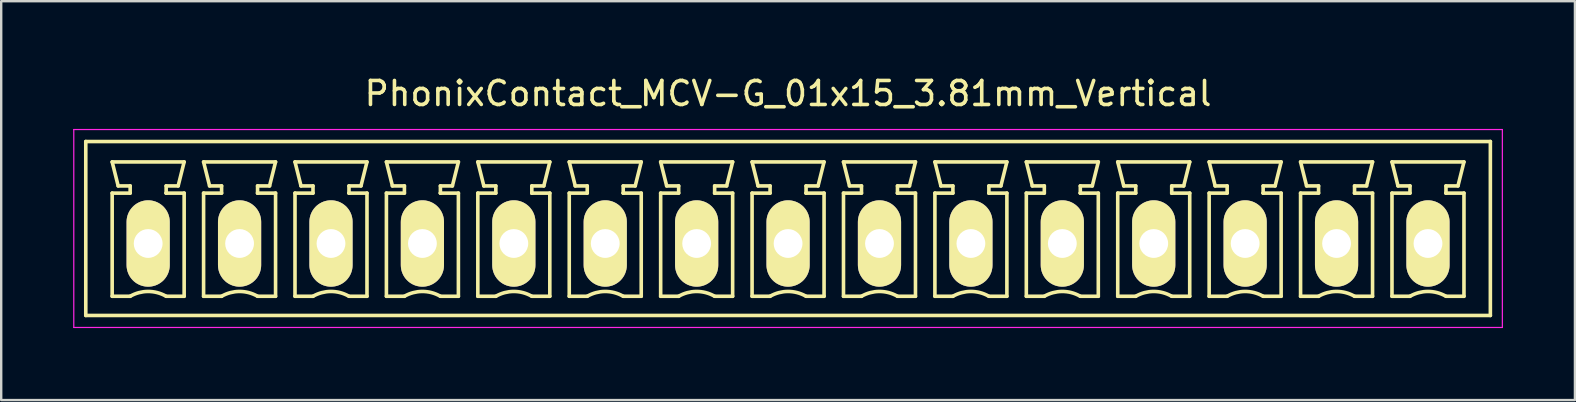
<source format=kicad_pcb>
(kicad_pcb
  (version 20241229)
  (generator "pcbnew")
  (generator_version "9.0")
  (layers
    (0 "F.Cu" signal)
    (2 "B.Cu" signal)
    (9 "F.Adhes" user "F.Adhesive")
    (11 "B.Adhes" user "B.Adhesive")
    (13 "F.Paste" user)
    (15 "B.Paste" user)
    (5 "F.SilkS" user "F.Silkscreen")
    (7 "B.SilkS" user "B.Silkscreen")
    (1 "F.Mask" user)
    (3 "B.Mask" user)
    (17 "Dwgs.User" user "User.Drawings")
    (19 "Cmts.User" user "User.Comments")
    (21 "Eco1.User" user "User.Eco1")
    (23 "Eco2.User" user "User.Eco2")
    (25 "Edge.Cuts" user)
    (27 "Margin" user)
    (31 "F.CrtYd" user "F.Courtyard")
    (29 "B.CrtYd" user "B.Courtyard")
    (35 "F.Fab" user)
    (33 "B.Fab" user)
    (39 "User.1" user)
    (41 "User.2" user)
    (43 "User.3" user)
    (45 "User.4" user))
  (footprint "PhonixContact_MCV-G_01x15_3.81mm_Vertical"
    (layer "F.Cu")
    (at 3.125 7.098)
    (property "Reference" "PhonixContact_MCV-G_01x15_3.81mm_Vertical" (at 26.67 -6.25 0) (layer "F.SilkS") (effects (font (size 1 1) (thickness 0.15))))
    (attr through_hole)
    (fp_line (start -2.6 -4.25) (end -2.6 3) (stroke (width 0.15) (type solid)) (layer "F.SilkS"))
    (fp_line (start -2.6 3) (end 55.94 3) (stroke (width 0.15) (type solid)) (layer "F.SilkS"))
    (fp_line (start -1.5 -3.4) (end 1.5 -3.4) (stroke (width 0.15) (type solid)) (layer "F.SilkS"))
    (fp_line (start -1.5 -2.1) (end -0.75 -2.1) (stroke (width 0.15) (type solid)) (layer "F.SilkS"))
    (fp_line (start -1.5 2.2) (end -1.5 -2.1) (stroke (width 0.15) (type solid)) (layer "F.SilkS"))
    (fp_line (start -1.25 -2.4) (end -1.5 -3.4) (stroke (width 0.15) (type solid)) (layer "F.SilkS"))
    (fp_line (start -0.75 -2.4) (end -1.25 -2.4) (stroke (width 0.15) (type solid)) (layer "F.SilkS"))
    (fp_line (start -0.75 -2.1) (end -0.75 -2.4) (stroke (width 0.15) (type solid)) (layer "F.SilkS"))
    (fp_line (start -0.75 2.2) (end -1.5 2.2) (stroke (width 0.15) (type solid)) (layer "F.SilkS"))
    (fp_line (start 0.75 -2.4) (end 0.75 -2.1) (stroke (width 0.15) (type solid)) (layer "F.SilkS"))
    (fp_line (start 0.75 -2.1) (end 0.75 -2.1) (stroke (width 0.15) (type solid)) (layer "F.SilkS"))
    (fp_line (start 0.75 -2.1) (end 1.5 -2.1) (stroke (width 0.15) (type solid)) (layer "F.SilkS"))
    (fp_line (start 1.25 -2.4) (end 0.75 -2.4) (stroke (width 0.15) (type solid)) (layer "F.SilkS"))
    (fp_line (start 1.5 -3.4) (end 1.25 -2.4) (stroke (width 0.15) (type solid)) (layer "F.SilkS"))
    (fp_line (start 1.5 -2.1) (end 1.5 2.2) (stroke (width 0.15) (type solid)) (layer "F.SilkS"))
    (fp_line (start 1.5 2.2) (end 0.75 2.2) (stroke (width 0.15) (type solid)) (layer "F.SilkS"))
    (fp_line (start 2.31 -3.4) (end 5.31 -3.4) (stroke (width 0.15) (type solid)) (layer "F.SilkS"))
    (fp_line (start 2.31 -2.1) (end 3.06 -2.1) (stroke (width 0.15) (type solid)) (layer "F.SilkS"))
    (fp_line (start 2.31 2.2) (end 2.31 -2.1) (stroke (width 0.15) (type solid)) (layer "F.SilkS"))
    (fp_line (start 2.56 -2.4) (end 2.31 -3.4) (stroke (width 0.15) (type solid)) (layer "F.SilkS"))
    (fp_line (start 3.06 -2.4) (end 2.56 -2.4) (stroke (width 0.15) (type solid)) (layer "F.SilkS"))
    (fp_line (start 3.06 -2.1) (end 3.06 -2.4) (stroke (width 0.15) (type solid)) (layer "F.SilkS"))
    (fp_line (start 3.06 2.2) (end 2.31 2.2) (stroke (width 0.15) (type solid)) (layer "F.SilkS"))
    (fp_line (start 4.56 -2.4) (end 4.56 -2.1) (stroke (width 0.15) (type solid)) (layer "F.SilkS"))
    (fp_line (start 4.56 -2.1) (end 4.56 -2.1) (stroke (width 0.15) (type solid)) (layer "F.SilkS"))
    (fp_line (start 4.56 -2.1) (end 5.31 -2.1) (stroke (width 0.15) (type solid)) (layer "F.SilkS"))
    (fp_line (start 5.06 -2.4) (end 4.56 -2.4) (stroke (width 0.15) (type solid)) (layer "F.SilkS"))
    (fp_line (start 5.31 -3.4) (end 5.06 -2.4) (stroke (width 0.15) (type solid)) (layer "F.SilkS"))
    (fp_line (start 5.31 -2.1) (end 5.31 2.2) (stroke (width 0.15) (type solid)) (layer "F.SilkS"))
    (fp_line (start 5.31 2.2) (end 4.56 2.2) (stroke (width 0.15) (type solid)) (layer "F.SilkS"))
    (fp_line (start 6.12 -3.4) (end 9.12 -3.4) (stroke (width 0.15) (type solid)) (layer "F.SilkS"))
    (fp_line (start 6.12 -2.1) (end 6.87 -2.1) (stroke (width 0.15) (type solid)) (layer "F.SilkS"))
    (fp_line (start 6.12 2.2) (end 6.12 -2.1) (stroke (width 0.15) (type solid)) (layer "F.SilkS"))
    (fp_line (start 6.37 -2.4) (end 6.12 -3.4) (stroke (width 0.15) (type solid)) (layer "F.SilkS"))
    (fp_line (start 6.87 -2.4) (end 6.37 -2.4) (stroke (width 0.15) (type solid)) (layer "F.SilkS"))
    (fp_line (start 6.87 -2.1) (end 6.87 -2.4) (stroke (width 0.15) (type solid)) (layer "F.SilkS"))
    (fp_line (start 6.87 2.2) (end 6.12 2.2) (stroke (width 0.15) (type solid)) (layer "F.SilkS"))
    (fp_line (start 8.37 -2.4) (end 8.37 -2.1) (stroke (width 0.15) (type solid)) (layer "F.SilkS"))
    (fp_line (start 8.37 -2.1) (end 8.37 -2.1) (stroke (width 0.15) (type solid)) (layer "F.SilkS"))
    (fp_line (start 8.37 -2.1) (end 9.12 -2.1) (stroke (width 0.15) (type solid)) (layer "F.SilkS"))
    (fp_line (start 8.87 -2.4) (end 8.37 -2.4) (stroke (width 0.15) (type solid)) (layer "F.SilkS"))
    (fp_line (start 9.12 -3.4) (end 8.87 -2.4) (stroke (width 0.15) (type solid)) (layer "F.SilkS"))
    (fp_line (start 9.12 -2.1) (end 9.12 2.2) (stroke (width 0.15) (type solid)) (layer "F.SilkS"))
    (fp_line (start 9.12 2.2) (end 8.37 2.2) (stroke (width 0.15) (type solid)) (layer "F.SilkS"))
    (fp_line (start 9.93 -3.4) (end 12.93 -3.4) (stroke (width 0.15) (type solid)) (layer "F.SilkS"))
    (fp_line (start 9.93 -2.1) (end 10.68 -2.1) (stroke (width 0.15) (type solid)) (layer "F.SilkS"))
    (fp_line (start 9.93 2.2) (end 9.93 -2.1) (stroke (width 0.15) (type solid)) (layer "F.SilkS"))
    (fp_line (start 10.18 -2.4) (end 9.93 -3.4) (stroke (width 0.15) (type solid)) (layer "F.SilkS"))
    (fp_line (start 10.68 -2.4) (end 10.18 -2.4) (stroke (width 0.15) (type solid)) (layer "F.SilkS"))
    (fp_line (start 10.68 -2.1) (end 10.68 -2.4) (stroke (width 0.15) (type solid)) (layer "F.SilkS"))
    (fp_line (start 10.68 2.2) (end 9.93 2.2) (stroke (width 0.15) (type solid)) (layer "F.SilkS"))
    (fp_line (start 12.18 -2.4) (end 12.18 -2.1) (stroke (width 0.15) (type solid)) (layer "F.SilkS"))
    (fp_line (start 12.18 -2.1) (end 12.18 -2.1) (stroke (width 0.15) (type solid)) (layer "F.SilkS"))
    (fp_line (start 12.18 -2.1) (end 12.93 -2.1) (stroke (width 0.15) (type solid)) (layer "F.SilkS"))
    (fp_line (start 12.68 -2.4) (end 12.18 -2.4) (stroke (width 0.15) (type solid)) (layer "F.SilkS"))
    (fp_line (start 12.93 -3.4) (end 12.68 -2.4) (stroke (width 0.15) (type solid)) (layer "F.SilkS"))
    (fp_line (start 12.93 -2.1) (end 12.93 2.2) (stroke (width 0.15) (type solid)) (layer "F.SilkS"))
    (fp_line (start 12.93 2.2) (end 12.18 2.2) (stroke (width 0.15) (type solid)) (layer "F.SilkS"))
    (fp_line (start 13.74 -3.4) (end 16.74 -3.4) (stroke (width 0.15) (type solid)) (layer "F.SilkS"))
    (fp_line (start 13.74 -2.1) (end 14.49 -2.1) (stroke (width 0.15) (type solid)) (layer "F.SilkS"))
    (fp_line (start 13.74 2.2) (end 13.74 -2.1) (stroke (width 0.15) (type solid)) (layer "F.SilkS"))
    (fp_line (start 13.99 -2.4) (end 13.74 -3.4) (stroke (width 0.15) (type solid)) (layer "F.SilkS"))
    (fp_line (start 14.49 -2.4) (end 13.99 -2.4) (stroke (width 0.15) (type solid)) (layer "F.SilkS"))
    (fp_line (start 14.49 -2.1) (end 14.49 -2.4) (stroke (width 0.15) (type solid)) (layer "F.SilkS"))
    (fp_line (start 14.49 2.2) (end 13.74 2.2) (stroke (width 0.15) (type solid)) (layer "F.SilkS"))
    (fp_line (start 15.99 -2.4) (end 15.99 -2.1) (stroke (width 0.15) (type solid)) (layer "F.SilkS"))
    (fp_line (start 15.99 -2.1) (end 15.99 -2.1) (stroke (width 0.15) (type solid)) (layer "F.SilkS"))
    (fp_line (start 15.99 -2.1) (end 16.74 -2.1) (stroke (width 0.15) (type solid)) (layer "F.SilkS"))
    (fp_line (start 16.49 -2.4) (end 15.99 -2.4) (stroke (width 0.15) (type solid)) (layer "F.SilkS"))
    (fp_line (start 16.74 -3.4) (end 16.49 -2.4) (stroke (width 0.15) (type solid)) (layer "F.SilkS"))
    (fp_line (start 16.74 -2.1) (end 16.74 2.2) (stroke (width 0.15) (type solid)) (layer "F.SilkS"))
    (fp_line (start 16.74 2.2) (end 15.99 2.2) (stroke (width 0.15) (type solid)) (layer "F.SilkS"))
    (fp_line (start 17.55 -3.4) (end 20.55 -3.4) (stroke (width 0.15) (type solid)) (layer "F.SilkS"))
    (fp_line (start 17.55 -2.1) (end 18.3 -2.1) (stroke (width 0.15) (type solid)) (layer "F.SilkS"))
    (fp_line (start 17.55 2.2) (end 17.55 -2.1) (stroke (width 0.15) (type solid)) (layer "F.SilkS"))
    (fp_line (start 17.8 -2.4) (end 17.55 -3.4) (stroke (width 0.15) (type solid)) (layer "F.SilkS"))
    (fp_line (start 18.3 -2.4) (end 17.8 -2.4) (stroke (width 0.15) (type solid)) (layer "F.SilkS"))
    (fp_line (start 18.3 -2.1) (end 18.3 -2.4) (stroke (width 0.15) (type solid)) (layer "F.SilkS"))
    (fp_line (start 18.3 2.2) (end 17.55 2.2) (stroke (width 0.15) (type solid)) (layer "F.SilkS"))
    (fp_line (start 19.8 -2.4) (end 19.8 -2.1) (stroke (width 0.15) (type solid)) (layer "F.SilkS"))
    (fp_line (start 19.8 -2.1) (end 19.8 -2.1) (stroke (width 0.15) (type solid)) (layer "F.SilkS"))
    (fp_line (start 19.8 -2.1) (end 20.55 -2.1) (stroke (width 0.15) (type solid)) (layer "F.SilkS"))
    (fp_line (start 20.3 -2.4) (end 19.8 -2.4) (stroke (width 0.15) (type solid)) (layer "F.SilkS"))
    (fp_line (start 20.55 -3.4) (end 20.3 -2.4) (stroke (width 0.15) (type solid)) (layer "F.SilkS"))
    (fp_line (start 20.55 -2.1) (end 20.55 2.2) (stroke (width 0.15) (type solid)) (layer "F.SilkS"))
    (fp_line (start 20.55 2.2) (end 19.8 2.2) (stroke (width 0.15) (type solid)) (layer "F.SilkS"))
    (fp_line (start 21.36 -3.4) (end 24.36 -3.4) (stroke (width 0.15) (type solid)) (layer "F.SilkS"))
    (fp_line (start 21.36 -2.1) (end 22.11 -2.1) (stroke (width 0.15) (type solid)) (layer "F.SilkS"))
    (fp_line (start 21.36 2.2) (end 21.36 -2.1) (stroke (width 0.15) (type solid)) (layer "F.SilkS"))
    (fp_line (start 21.61 -2.4) (end 21.36 -3.4) (stroke (width 0.15) (type solid)) (layer "F.SilkS"))
    (fp_line (start 22.11 -2.4) (end 21.61 -2.4) (stroke (width 0.15) (type solid)) (layer "F.SilkS"))
    (fp_line (start 22.11 -2.1) (end 22.11 -2.4) (stroke (width 0.15) (type solid)) (layer "F.SilkS"))
    (fp_line (start 22.11 2.2) (end 21.36 2.2) (stroke (width 0.15) (type solid)) (layer "F.SilkS"))
    (fp_line (start 23.61 -2.4) (end 23.61 -2.1) (stroke (width 0.15) (type solid)) (layer "F.SilkS"))
    (fp_line (start 23.61 -2.1) (end 23.61 -2.1) (stroke (width 0.15) (type solid)) (layer "F.SilkS"))
    (fp_line (start 23.61 -2.1) (end 24.36 -2.1) (stroke (width 0.15) (type solid)) (layer "F.SilkS"))
    (fp_line (start 24.11 -2.4) (end 23.61 -2.4) (stroke (width 0.15) (type solid)) (layer "F.SilkS"))
    (fp_line (start 24.36 -3.4) (end 24.11 -2.4) (stroke (width 0.15) (type solid)) (layer "F.SilkS"))
    (fp_line (start 24.36 -2.1) (end 24.36 2.2) (stroke (width 0.15) (type solid)) (layer "F.SilkS"))
    (fp_line (start 24.36 2.2) (end 23.61 2.2) (stroke (width 0.15) (type solid)) (layer "F.SilkS"))
    (fp_line (start 25.17 -3.4) (end 28.17 -3.4) (stroke (width 0.15) (type solid)) (layer "F.SilkS"))
    (fp_line (start 25.17 -2.1) (end 25.92 -2.1) (stroke (width 0.15) (type solid)) (layer "F.SilkS"))
    (fp_line (start 25.17 2.2) (end 25.17 -2.1) (stroke (width 0.15) (type solid)) (layer "F.SilkS"))
    (fp_line (start 25.42 -2.4) (end 25.17 -3.4) (stroke (width 0.15) (type solid)) (layer "F.SilkS"))
    (fp_line (start 25.92 -2.4) (end 25.42 -2.4) (stroke (width 0.15) (type solid)) (layer "F.SilkS"))
    (fp_line (start 25.92 -2.1) (end 25.92 -2.4) (stroke (width 0.15) (type solid)) (layer "F.SilkS"))
    (fp_line (start 25.92 2.2) (end 25.17 2.2) (stroke (width 0.15) (type solid)) (layer "F.SilkS"))
    (fp_line (start 27.42 -2.4) (end 27.42 -2.1) (stroke (width 0.15) (type solid)) (layer "F.SilkS"))
    (fp_line (start 27.42 -2.1) (end 27.42 -2.1) (stroke (width 0.15) (type solid)) (layer "F.SilkS"))
    (fp_line (start 27.42 -2.1) (end 28.17 -2.1) (stroke (width 0.15) (type solid)) (layer "F.SilkS"))
    (fp_line (start 27.92 -2.4) (end 27.42 -2.4) (stroke (width 0.15) (type solid)) (layer "F.SilkS"))
    (fp_line (start 28.17 -3.4) (end 27.92 -2.4) (stroke (width 0.15) (type solid)) (layer "F.SilkS"))
    (fp_line (start 28.17 -2.1) (end 28.17 2.2) (stroke (width 0.15) (type solid)) (layer "F.SilkS"))
    (fp_line (start 28.17 2.2) (end 27.42 2.2) (stroke (width 0.15) (type solid)) (layer "F.SilkS"))
    (fp_line (start 28.98 -3.4) (end 31.98 -3.4) (stroke (width 0.15) (type solid)) (layer "F.SilkS"))
    (fp_line (start 28.98 -2.1) (end 29.73 -2.1) (stroke (width 0.15) (type solid)) (layer "F.SilkS"))
    (fp_line (start 28.98 2.2) (end 28.98 -2.1) (stroke (width 0.15) (type solid)) (layer "F.SilkS"))
    (fp_line (start 29.23 -2.4) (end 28.98 -3.4) (stroke (width 0.15) (type solid)) (layer "F.SilkS"))
    (fp_line (start 29.73 -2.4) (end 29.23 -2.4) (stroke (width 0.15) (type solid)) (layer "F.SilkS"))
    (fp_line (start 29.73 -2.1) (end 29.73 -2.4) (stroke (width 0.15) (type solid)) (layer "F.SilkS"))
    (fp_line (start 29.73 2.2) (end 28.98 2.2) (stroke (width 0.15) (type solid)) (layer "F.SilkS"))
    (fp_line (start 31.23 -2.4) (end 31.23 -2.1) (stroke (width 0.15) (type solid)) (layer "F.SilkS"))
    (fp_line (start 31.23 -2.1) (end 31.23 -2.1) (stroke (width 0.15) (type solid)) (layer "F.SilkS"))
    (fp_line (start 31.23 -2.1) (end 31.98 -2.1) (stroke (width 0.15) (type solid)) (layer "F.SilkS"))
    (fp_line (start 31.73 -2.4) (end 31.23 -2.4) (stroke (width 0.15) (type solid)) (layer "F.SilkS"))
    (fp_line (start 31.98 -3.4) (end 31.73 -2.4) (stroke (width 0.15) (type solid)) (layer "F.SilkS"))
    (fp_line (start 31.98 -2.1) (end 31.98 2.2) (stroke (width 0.15) (type solid)) (layer "F.SilkS"))
    (fp_line (start 31.98 2.2) (end 31.23 2.2) (stroke (width 0.15) (type solid)) (layer "F.SilkS"))
    (fp_line (start 32.79 -3.4) (end 35.79 -3.4) (stroke (width 0.15) (type solid)) (layer "F.SilkS"))
    (fp_line (start 32.79 -2.1) (end 33.54 -2.1) (stroke (width 0.15) (type solid)) (layer "F.SilkS"))
    (fp_line (start 32.79 2.2) (end 32.79 -2.1) (stroke (width 0.15) (type solid)) (layer "F.SilkS"))
    (fp_line (start 33.04 -2.4) (end 32.79 -3.4) (stroke (width 0.15) (type solid)) (layer "F.SilkS"))
    (fp_line (start 33.54 -2.4) (end 33.04 -2.4) (stroke (width 0.15) (type solid)) (layer "F.SilkS"))
    (fp_line (start 33.54 -2.1) (end 33.54 -2.4) (stroke (width 0.15) (type solid)) (layer "F.SilkS"))
    (fp_line (start 33.54 2.2) (end 32.79 2.2) (stroke (width 0.15) (type solid)) (layer "F.SilkS"))
    (fp_line (start 35.04 -2.4) (end 35.04 -2.1) (stroke (width 0.15) (type solid)) (layer "F.SilkS"))
    (fp_line (start 35.04 -2.1) (end 35.04 -2.1) (stroke (width 0.15) (type solid)) (layer "F.SilkS"))
    (fp_line (start 35.04 -2.1) (end 35.79 -2.1) (stroke (width 0.15) (type solid)) (layer "F.SilkS"))
    (fp_line (start 35.54 -2.4) (end 35.04 -2.4) (stroke (width 0.15) (type solid)) (layer "F.SilkS"))
    (fp_line (start 35.79 -3.4) (end 35.54 -2.4) (stroke (width 0.15) (type solid)) (layer "F.SilkS"))
    (fp_line (start 35.79 -2.1) (end 35.79 2.2) (stroke (width 0.15) (type solid)) (layer "F.SilkS"))
    (fp_line (start 35.79 2.2) (end 35.04 2.2) (stroke (width 0.15) (type solid)) (layer "F.SilkS"))
    (fp_line (start 36.6 -3.4) (end 39.6 -3.4) (stroke (width 0.15) (type solid)) (layer "F.SilkS"))
    (fp_line (start 36.6 -2.1) (end 37.35 -2.1) (stroke (width 0.15) (type solid)) (layer "F.SilkS"))
    (fp_line (start 36.6 2.2) (end 36.6 -2.1) (stroke (width 0.15) (type solid)) (layer "F.SilkS"))
    (fp_line (start 36.85 -2.4) (end 36.6 -3.4) (stroke (width 0.15) (type solid)) (layer "F.SilkS"))
    (fp_line (start 37.35 -2.4) (end 36.85 -2.4) (stroke (width 0.15) (type solid)) (layer "F.SilkS"))
    (fp_line (start 37.35 -2.1) (end 37.35 -2.4) (stroke (width 0.15) (type solid)) (layer "F.SilkS"))
    (fp_line (start 37.35 2.2) (end 36.6 2.2) (stroke (width 0.15) (type solid)) (layer "F.SilkS"))
    (fp_line (start 38.85 -2.4) (end 38.85 -2.1) (stroke (width 0.15) (type solid)) (layer "F.SilkS"))
    (fp_line (start 38.85 -2.1) (end 38.85 -2.1) (stroke (width 0.15) (type solid)) (layer "F.SilkS"))
    (fp_line (start 38.85 -2.1) (end 39.6 -2.1) (stroke (width 0.15) (type solid)) (layer "F.SilkS"))
    (fp_line (start 39.35 -2.4) (end 38.85 -2.4) (stroke (width 0.15) (type solid)) (layer "F.SilkS"))
    (fp_line (start 39.6 -3.4) (end 39.35 -2.4) (stroke (width 0.15) (type solid)) (layer "F.SilkS"))
    (fp_line (start 39.6 -2.1) (end 39.6 2.2) (stroke (width 0.15) (type solid)) (layer "F.SilkS"))
    (fp_line (start 39.6 2.2) (end 38.85 2.2) (stroke (width 0.15) (type solid)) (layer "F.SilkS"))
    (fp_line (start 40.41 -3.4) (end 43.41 -3.4) (stroke (width 0.15) (type solid)) (layer "F.SilkS"))
    (fp_line (start 40.41 -2.1) (end 41.16 -2.1) (stroke (width 0.15) (type solid)) (layer "F.SilkS"))
    (fp_line (start 40.41 2.2) (end 40.41 -2.1) (stroke (width 0.15) (type solid)) (layer "F.SilkS"))
    (fp_line (start 40.66 -2.4) (end 40.41 -3.4) (stroke (width 0.15) (type solid)) (layer "F.SilkS"))
    (fp_line (start 41.16 -2.4) (end 40.66 -2.4) (stroke (width 0.15) (type solid)) (layer "F.SilkS"))
    (fp_line (start 41.16 -2.1) (end 41.16 -2.4) (stroke (width 0.15) (type solid)) (layer "F.SilkS"))
    (fp_line (start 41.16 2.2) (end 40.41 2.2) (stroke (width 0.15) (type solid)) (layer "F.SilkS"))
    (fp_line (start 42.66 -2.4) (end 42.66 -2.1) (stroke (width 0.15) (type solid)) (layer "F.SilkS"))
    (fp_line (start 42.66 -2.1) (end 42.66 -2.1) (stroke (width 0.15) (type solid)) (layer "F.SilkS"))
    (fp_line (start 42.66 -2.1) (end 43.41 -2.1) (stroke (width 0.15) (type solid)) (layer "F.SilkS"))
    (fp_line (start 43.16 -2.4) (end 42.66 -2.4) (stroke (width 0.15) (type solid)) (layer "F.SilkS"))
    (fp_line (start 43.41 -3.4) (end 43.16 -2.4) (stroke (width 0.15) (type solid)) (layer "F.SilkS"))
    (fp_line (start 43.41 -2.1) (end 43.41 2.2) (stroke (width 0.15) (type solid)) (layer "F.SilkS"))
    (fp_line (start 43.41 2.2) (end 42.66 2.2) (stroke (width 0.15) (type solid)) (layer "F.SilkS"))
    (fp_line (start 44.22 -3.4) (end 47.22 -3.4) (stroke (width 0.15) (type solid)) (layer "F.SilkS"))
    (fp_line (start 44.22 -2.1) (end 44.97 -2.1) (stroke (width 0.15) (type solid)) (layer "F.SilkS"))
    (fp_line (start 44.22 2.2) (end 44.22 -2.1) (stroke (width 0.15) (type solid)) (layer "F.SilkS"))
    (fp_line (start 44.47 -2.4) (end 44.22 -3.4) (stroke (width 0.15) (type solid)) (layer "F.SilkS"))
    (fp_line (start 44.97 -2.4) (end 44.47 -2.4) (stroke (width 0.15) (type solid)) (layer "F.SilkS"))
    (fp_line (start 44.97 -2.1) (end 44.97 -2.4) (stroke (width 0.15) (type solid)) (layer "F.SilkS"))
    (fp_line (start 44.97 2.2) (end 44.22 2.2) (stroke (width 0.15) (type solid)) (layer "F.SilkS"))
    (fp_line (start 46.47 -2.4) (end 46.47 -2.1) (stroke (width 0.15) (type solid)) (layer "F.SilkS"))
    (fp_line (start 46.47 -2.1) (end 46.47 -2.1) (stroke (width 0.15) (type solid)) (layer "F.SilkS"))
    (fp_line (start 46.47 -2.1) (end 47.22 -2.1) (stroke (width 0.15) (type solid)) (layer "F.SilkS"))
    (fp_line (start 46.97 -2.4) (end 46.47 -2.4) (stroke (width 0.15) (type solid)) (layer "F.SilkS"))
    (fp_line (start 47.22 -3.4) (end 46.97 -2.4) (stroke (width 0.15) (type solid)) (layer "F.SilkS"))
    (fp_line (start 47.22 -2.1) (end 47.22 2.2) (stroke (width 0.15) (type solid)) (layer "F.SilkS"))
    (fp_line (start 47.22 2.2) (end 46.47 2.2) (stroke (width 0.15) (type solid)) (layer "F.SilkS"))
    (fp_line (start 48.03 -3.4) (end 51.03 -3.4) (stroke (width 0.15) (type solid)) (layer "F.SilkS"))
    (fp_line (start 48.03 -2.1) (end 48.78 -2.1) (stroke (width 0.15) (type solid)) (layer "F.SilkS"))
    (fp_line (start 48.03 2.2) (end 48.03 -2.1) (stroke (width 0.15) (type solid)) (layer "F.SilkS"))
    (fp_line (start 48.28 -2.4) (end 48.03 -3.4) (stroke (width 0.15) (type solid)) (layer "F.SilkS"))
    (fp_line (start 48.78 -2.4) (end 48.28 -2.4) (stroke (width 0.15) (type solid)) (layer "F.SilkS"))
    (fp_line (start 48.78 -2.1) (end 48.78 -2.4) (stroke (width 0.15) (type solid)) (layer "F.SilkS"))
    (fp_line (start 48.78 2.2) (end 48.03 2.2) (stroke (width 0.15) (type solid)) (layer "F.SilkS"))
    (fp_line (start 50.28 -2.4) (end 50.28 -2.1) (stroke (width 0.15) (type solid)) (layer "F.SilkS"))
    (fp_line (start 50.28 -2.1) (end 50.28 -2.1) (stroke (width 0.15) (type solid)) (layer "F.SilkS"))
    (fp_line (start 50.28 -2.1) (end 51.03 -2.1) (stroke (width 0.15) (type solid)) (layer "F.SilkS"))
    (fp_line (start 50.78 -2.4) (end 50.28 -2.4) (stroke (width 0.15) (type solid)) (layer "F.SilkS"))
    (fp_line (start 51.03 -3.4) (end 50.78 -2.4) (stroke (width 0.15) (type solid)) (layer "F.SilkS"))
    (fp_line (start 51.03 -2.1) (end 51.03 2.2) (stroke (width 0.15) (type solid)) (layer "F.SilkS"))
    (fp_line (start 51.03 2.2) (end 50.28 2.2) (stroke (width 0.15) (type solid)) (layer "F.SilkS"))
    (fp_line (start 51.84 -3.4) (end 54.84 -3.4) (stroke (width 0.15) (type solid)) (layer "F.SilkS"))
    (fp_line (start 51.84 -2.1) (end 52.59 -2.1) (stroke (width 0.15) (type solid)) (layer "F.SilkS"))
    (fp_line (start 51.84 2.2) (end 51.84 -2.1) (stroke (width 0.15) (type solid)) (layer "F.SilkS"))
    (fp_line (start 52.09 -2.4) (end 51.84 -3.4) (stroke (width 0.15) (type solid)) (layer "F.SilkS"))
    (fp_line (start 52.59 -2.4) (end 52.09 -2.4) (stroke (width 0.15) (type solid)) (layer "F.SilkS"))
    (fp_line (start 52.59 -2.1) (end 52.59 -2.4) (stroke (width 0.15) (type solid)) (layer "F.SilkS"))
    (fp_line (start 52.59 2.2) (end 51.84 2.2) (stroke (width 0.15) (type solid)) (layer "F.SilkS"))
    (fp_line (start 54.09 -2.4) (end 54.09 -2.1) (stroke (width 0.15) (type solid)) (layer "F.SilkS"))
    (fp_line (start 54.09 -2.1) (end 54.09 -2.1) (stroke (width 0.15) (type solid)) (layer "F.SilkS"))
    (fp_line (start 54.09 -2.1) (end 54.84 -2.1) (stroke (width 0.15) (type solid)) (layer "F.SilkS"))
    (fp_line (start 54.59 -2.4) (end 54.09 -2.4) (stroke (width 0.15) (type solid)) (layer "F.SilkS"))
    (fp_line (start 54.84 -3.4) (end 54.59 -2.4) (stroke (width 0.15) (type solid)) (layer "F.SilkS"))
    (fp_line (start 54.84 -2.1) (end 54.84 2.2) (stroke (width 0.15) (type solid)) (layer "F.SilkS"))
    (fp_line (start 54.84 2.2) (end 54.09 2.2) (stroke (width 0.15) (type solid)) (layer "F.SilkS"))
    (fp_line (start 55.94 -4.25) (end -2.6 -4.25) (stroke (width 0.15) (type solid)) (layer "F.SilkS"))
    (fp_line (start 55.94 3) (end 55.94 -4.25) (stroke (width 0.15) (type solid)) (layer "F.SilkS"))
    (fp_arc (start -0.75 2.2) (mid -0.006068 1.999179) (end 0.739464 2.193978) (stroke (width 0.15) (type solid)) (layer "F.SilkS"))
    (fp_arc (start 3.06 2.2) (mid 3.803932 1.999179) (end 4.549464 2.193978) (stroke (width 0.15) (type solid)) (layer "F.SilkS"))
    (fp_arc (start 6.87 2.2) (mid 7.613932 1.999179) (end 8.359464 2.193978) (stroke (width 0.15) (type solid)) (layer "F.SilkS"))
    (fp_arc (start 10.68 2.2) (mid 11.423932 1.999179) (end 12.169464 2.193978) (stroke (width 0.15) (type solid)) (layer "F.SilkS"))
    (fp_arc (start 14.49 2.2) (mid 15.233932 1.999179) (end 15.979464 2.193978) (stroke (width 0.15) (type solid)) (layer "F.SilkS"))
    (fp_arc (start 18.3 2.2) (mid 19.043932 1.999179) (end 19.789464 2.193978) (stroke (width 0.15) (type solid)) (layer "F.SilkS"))
    (fp_arc (start 22.11 2.2) (mid 22.853932 1.999179) (end 23.599464 2.193978) (stroke (width 0.15) (type solid)) (layer "F.SilkS"))
    (fp_arc (start 25.92 2.2) (mid 26.663932 1.999179) (end 27.409464 2.193978) (stroke (width 0.15) (type solid)) (layer "F.SilkS"))
    (fp_arc (start 29.73 2.2) (mid 30.473932 1.999179) (end 31.219464 2.193978) (stroke (width 0.15) (type solid)) (layer "F.SilkS"))
    (fp_arc (start 33.54 2.2) (mid 34.283932 1.999179) (end 35.029464 2.193978) (stroke (width 0.15) (type solid)) (layer "F.SilkS"))
    (fp_arc (start 37.35 2.2) (mid 38.093932 1.999179) (end 38.839464 2.193978) (stroke (width 0.15) (type solid)) (layer "F.SilkS"))
    (fp_arc (start 41.16 2.2) (mid 41.903932 1.999179) (end 42.649464 2.193978) (stroke (width 0.15) (type solid)) (layer "F.SilkS"))
    (fp_arc (start 44.97 2.2) (mid 45.713932 1.999179) (end 46.459464 2.193978) (stroke (width 0.15) (type solid)) (layer "F.SilkS"))
    (fp_arc (start 48.78 2.2) (mid 49.523932 1.999179) (end 50.269464 2.193978) (stroke (width 0.15) (type solid)) (layer "F.SilkS"))
    (fp_arc (start 52.59 2.2) (mid 53.333932 1.999179) (end 54.079464 2.193978) (stroke (width 0.15) (type solid)) (layer "F.SilkS"))
    (fp_line (start -3.1 -4.75) (end -3.1 3.5) (stroke (width 0.05) (type solid)) (layer "F.CrtYd"))
    (fp_line (start -3.1 3.5) (end 56.44 3.5) (stroke (width 0.05) (type solid)) (layer "F.CrtYd"))
    (fp_line (start 56.44 -4.75) (end -3.1 -4.75) (stroke (width 0.05) (type solid)) (layer "F.CrtYd"))
    (fp_line (start 56.44 3.5) (end 56.44 -4.75) (stroke (width 0.05) (type solid)) (layer "F.CrtYd"))
    (pad "1" thru_hole oval (at 0 0) (size 1.8 3.6) (drill 1.2) (layers "*.Cu" "*.Mask" "F.SilkS"))
    (pad "2" thru_hole oval (at 3.81 0) (size 1.8 3.6) (drill 1.2) (layers "*.Cu" "*.Mask" "F.SilkS"))
    (pad "3" thru_hole oval (at 7.62 0) (size 1.8 3.6) (drill 1.2) (layers "*.Cu" "*.Mask" "F.SilkS"))
    (pad "4" thru_hole oval (at 11.43 0) (size 1.8 3.6) (drill 1.2) (layers "*.Cu" "*.Mask" "F.SilkS"))
    (pad "5" thru_hole oval (at 15.24 0) (size 1.8 3.6) (drill 1.2) (layers "*.Cu" "*.Mask" "F.SilkS"))
    (pad "6" thru_hole oval (at 19.05 0) (size 1.8 3.6) (drill 1.2) (layers "*.Cu" "*.Mask" "F.SilkS"))
    (pad "7" thru_hole oval (at 22.86 0) (size 1.8 3.6) (drill 1.2) (layers "*.Cu" "*.Mask" "F.SilkS"))
    (pad "8" thru_hole oval (at 26.67 0) (size 1.8 3.6) (drill 1.2) (layers "*.Cu" "*.Mask" "F.SilkS"))
    (pad "9" thru_hole oval (at 30.48 0) (size 1.8 3.6) (drill 1.2) (layers "*.Cu" "*.Mask" "F.SilkS"))
    (pad "10" thru_hole oval (at 34.29 0) (size 1.8 3.6) (drill 1.2) (layers "*.Cu" "*.Mask" "F.SilkS"))
    (pad "11" thru_hole oval (at 38.1 0) (size 1.8 3.6) (drill 1.2) (layers "*.Cu" "*.Mask" "F.SilkS"))
    (pad "12" thru_hole oval (at 41.91 0) (size 1.8 3.6) (drill 1.2) (layers "*.Cu" "*.Mask" "F.SilkS"))
    (pad "13" thru_hole oval (at 45.72 0) (size 1.8 3.6) (drill 1.2) (layers "*.Cu" "*.Mask" "F.SilkS"))
    (pad "14" thru_hole oval (at 49.53 0) (size 1.8 3.6) (drill 1.2) (layers "*.Cu" "*.Mask" "F.SilkS"))
    (pad "15" thru_hole oval (at 53.34 0) (size 1.8 3.6) (drill 1.2) (layers "*.Cu" "*.Mask" "F.SilkS")))
  (gr_rect
    (start -3 -3)
    (end 62.59 13.623)
    (stroke (width 0.1) (type default))
    (fill no)
    (layer "Edge.Cuts")))
</source>
